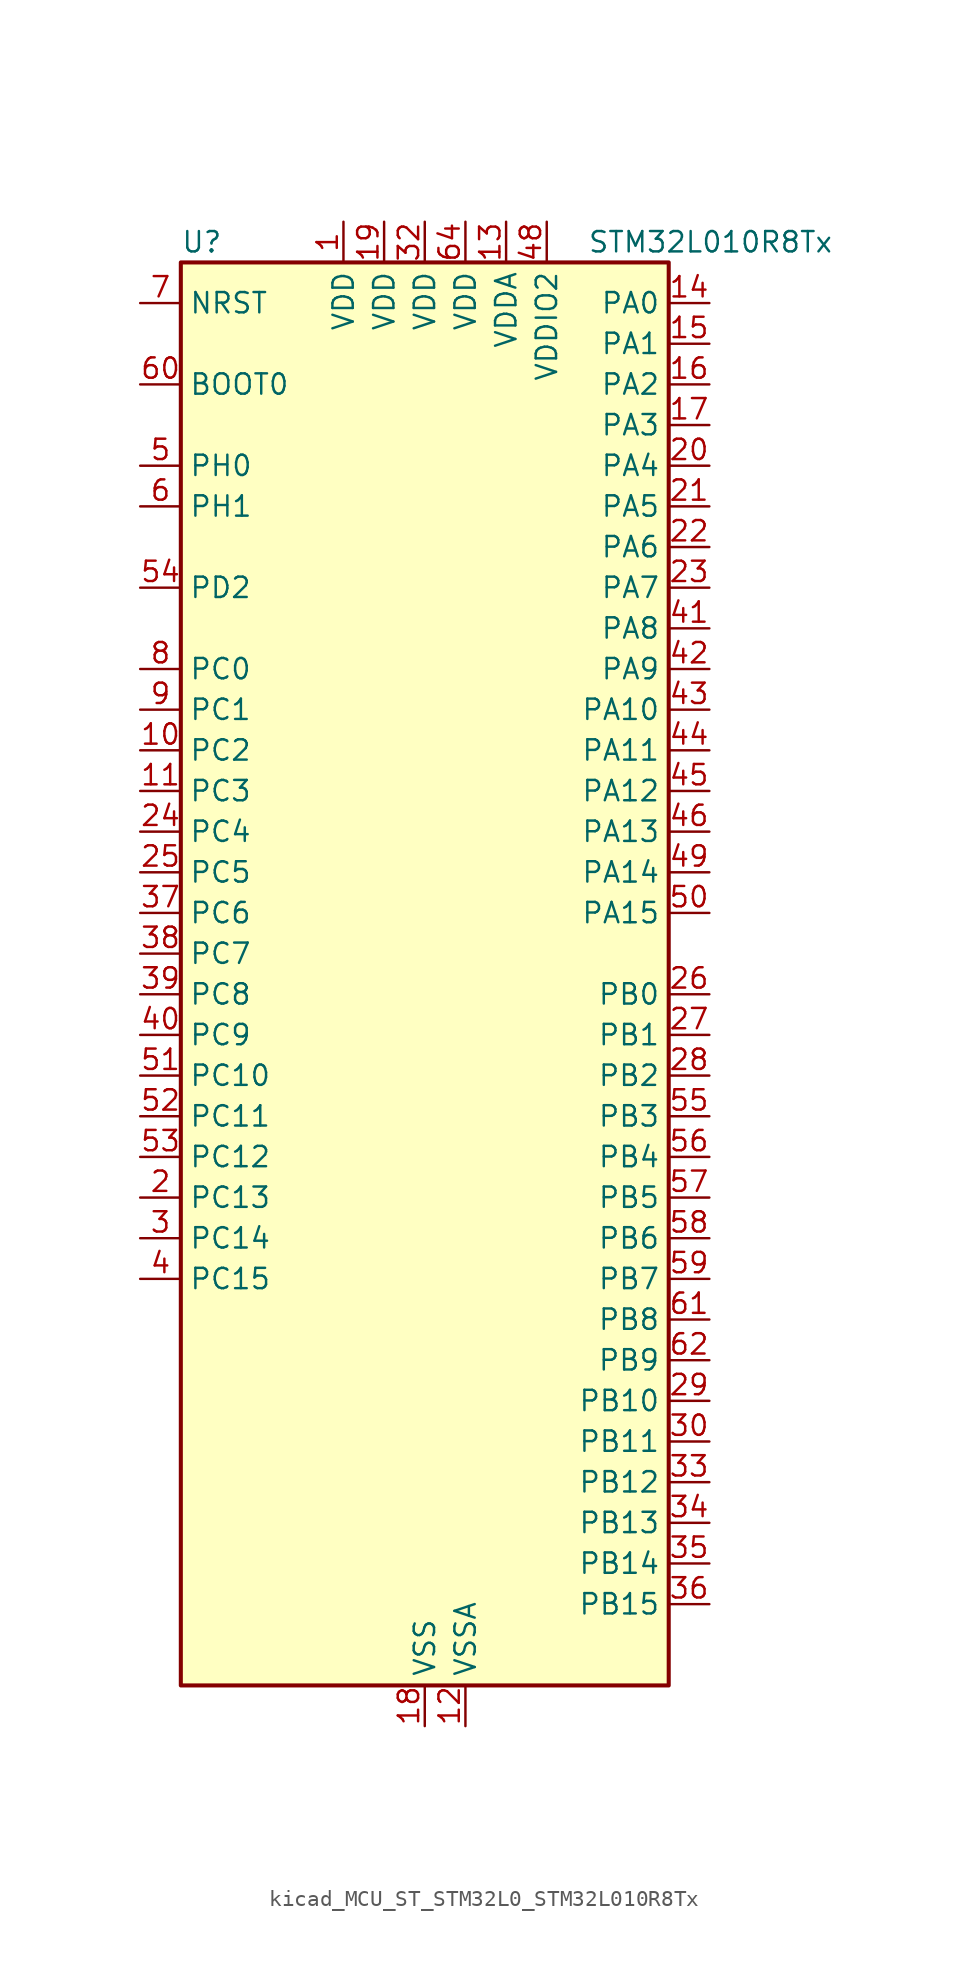
<source format=kicad_sym>
(kicad_symbol_lib
  (version 20220914)
  (generator kicad_symbol_editor)
  (symbol "kicad_MCU_ST_STM32L0_STM32L010R8Tx"
    (property "Reference" "U"
      (at -15.24 46.99 0)
      (effects (font (size 1.27 1.27)) (justify left)))
    (property "Value" "STM32L010R8Tx"
      (at 10.16 46.99 0)
      (effects (font (size 1.27 1.27)) (justify left)))
    (property "ki_locked" ""
      (at 0 0 0)
      (effects (font (size 1.27 1.27))))
    (symbol "kicad_MCU_ST_STM32L0_STM32L010R8Tx_0_1"
      (rectangle (start -15.24 -43.18) (end 15.24 45.72) (stroke (width 0.254) (type default)) (fill (type background))))
    (symbol "kicad_MCU_ST_STM32L0_STM32L010R8Tx_1_1"
      (pin power_in line (at -5.08 48.26 270) (length 2.54) (name "VDD" (effects (font (size 1.27 1.27)))) (number "1" (effects (font (size 1.27 1.27)))))
      (pin bidirectional line (at -17.78 15.24 0) (length 2.54) (name "PC2" (effects (font (size 1.27 1.27)))) (number "10" (effects (font (size 1.27 1.27)))) (alternate "ADC_IN12" bidirectional line) (alternate "LPTIM1_IN2" bidirectional line))
      (pin bidirectional line (at -17.78 12.7 0) (length 2.54) (name "PC3" (effects (font (size 1.27 1.27)))) (number "11" (effects (font (size 1.27 1.27)))) (alternate "ADC_IN13" bidirectional line) (alternate "LPTIM1_ETR" bidirectional line))
      (pin power_in line (at 2.54 -45.72 90) (length 2.54) (name "VSSA" (effects (font (size 1.27 1.27)))) (number "12" (effects (font (size 1.27 1.27)))))
      (pin power_in line (at 5.08 48.26 270) (length 2.54) (name "VDDA" (effects (font (size 1.27 1.27)))) (number "13" (effects (font (size 1.27 1.27)))))
      (pin bidirectional line (at 17.78 43.18 180) (length 2.54) (name "PA0" (effects (font (size 1.27 1.27)))) (number "14" (effects (font (size 1.27 1.27)))) (alternate "ADC_IN0" bidirectional line) (alternate "RTC_TAMP2" bidirectional line) (alternate "SYS_WKUP1" bidirectional line) (alternate "TIM2_CH1" bidirectional line) (alternate "TIM2_ETR" bidirectional line) (alternate "USART2_CTS" bidirectional line))
      (pin bidirectional line (at 17.78 40.64 180) (length 2.54) (name "PA1" (effects (font (size 1.27 1.27)))) (number "15" (effects (font (size 1.27 1.27)))) (alternate "ADC_IN1" bidirectional line) (alternate "TIM21_ETR" bidirectional line) (alternate "TIM2_CH2" bidirectional line) (alternate "USART2_DE" bidirectional line) (alternate "USART2_RTS" bidirectional line))
      (pin bidirectional line (at 17.78 38.1 180) (length 2.54) (name "PA2" (effects (font (size 1.27 1.27)))) (number "16" (effects (font (size 1.27 1.27)))) (alternate "ADC_IN2" bidirectional line) (alternate "TIM21_CH1" bidirectional line) (alternate "TIM2_CH3" bidirectional line) (alternate "USART2_TX" bidirectional line))
      (pin bidirectional line (at 17.78 35.56 180) (length 2.54) (name "PA3" (effects (font (size 1.27 1.27)))) (number "17" (effects (font (size 1.27 1.27)))) (alternate "ADC_IN3" bidirectional line) (alternate "TIM21_CH2" bidirectional line) (alternate "TIM2_CH4" bidirectional line) (alternate "USART2_RX" bidirectional line))
      (pin power_in line (at 0 -45.72 90) (length 2.54) (name "VSS" (effects (font (size 1.27 1.27)))) (number "18" (effects (font (size 1.27 1.27)))))
      (pin power_in line (at -2.54 48.26 270) (length 2.54) (name "VDD" (effects (font (size 1.27 1.27)))) (number "19" (effects (font (size 1.27 1.27)))))
      (pin bidirectional line (at -17.78 -12.7 0) (length 2.54) (name "PC13" (effects (font (size 1.27 1.27)))) (number "2" (effects (font (size 1.27 1.27)))) (alternate "RTC_OUT_ALARM" bidirectional line) (alternate "RTC_OUT_CALIB" bidirectional line) (alternate "RTC_TAMP1" bidirectional line) (alternate "RTC_TS" bidirectional line) (alternate "SYS_WKUP2" bidirectional line))
      (pin bidirectional line (at 17.78 33.02 180) (length 2.54) (name "PA4" (effects (font (size 1.27 1.27)))) (number "20" (effects (font (size 1.27 1.27)))) (alternate "ADC_IN4" bidirectional line) (alternate "SPI1_NSS" bidirectional line) (alternate "USART2_CK" bidirectional line))
      (pin bidirectional line (at 17.78 30.48 180) (length 2.54) (name "PA5" (effects (font (size 1.27 1.27)))) (number "21" (effects (font (size 1.27 1.27)))) (alternate "ADC_IN5" bidirectional line) (alternate "SPI1_SCK" bidirectional line) (alternate "TIM2_CH1" bidirectional line) (alternate "TIM2_ETR" bidirectional line))
      (pin bidirectional line (at 17.78 27.94 180) (length 2.54) (name "PA6" (effects (font (size 1.27 1.27)))) (number "22" (effects (font (size 1.27 1.27)))) (alternate "ADC_IN6" bidirectional line) (alternate "LPUART1_CTS" bidirectional line) (alternate "SPI1_MISO" bidirectional line))
      (pin bidirectional line (at 17.78 25.4 180) (length 2.54) (name "PA7" (effects (font (size 1.27 1.27)))) (number "23" (effects (font (size 1.27 1.27)))) (alternate "ADC_IN7" bidirectional line) (alternate "SPI1_MOSI" bidirectional line))
      (pin bidirectional line (at -17.78 10.16 0) (length 2.54) (name "PC4" (effects (font (size 1.27 1.27)))) (number "24" (effects (font (size 1.27 1.27)))) (alternate "ADC_IN14" bidirectional line) (alternate "LPUART1_TX" bidirectional line))
      (pin bidirectional line (at -17.78 7.62 0) (length 2.54) (name "PC5" (effects (font (size 1.27 1.27)))) (number "25" (effects (font (size 1.27 1.27)))) (alternate "ADC_IN15" bidirectional line) (alternate "LPUART1_RX" bidirectional line))
      (pin bidirectional line (at 17.78 0 180) (length 2.54) (name "PB0" (effects (font (size 1.27 1.27)))) (number "26" (effects (font (size 1.27 1.27)))) (alternate "ADC_IN8" bidirectional line) (alternate "SYS_VREF_OUT_PB0" bidirectional line))
      (pin bidirectional line (at 17.78 -2.54 180) (length 2.54) (name "PB1" (effects (font (size 1.27 1.27)))) (number "27" (effects (font (size 1.27 1.27)))) (alternate "ADC_IN9" bidirectional line) (alternate "LPUART1_DE" bidirectional line) (alternate "LPUART1_RTS" bidirectional line) (alternate "SYS_VREF_OUT_PB1" bidirectional line))
      (pin bidirectional line (at 17.78 -5.08 180) (length 2.54) (name "PB2" (effects (font (size 1.27 1.27)))) (number "28" (effects (font (size 1.27 1.27)))) (alternate "LPTIM1_OUT" bidirectional line))
      (pin bidirectional line (at 17.78 -25.4 180) (length 2.54) (name "PB10" (effects (font (size 1.27 1.27)))) (number "29" (effects (font (size 1.27 1.27)))) (alternate "LPUART1_TX" bidirectional line) (alternate "TIM2_CH3" bidirectional line))
      (pin bidirectional line (at -17.78 -15.24 0) (length 2.54) (name "PC14" (effects (font (size 1.27 1.27)))) (number "3" (effects (font (size 1.27 1.27)))) (alternate "RCC_OSC32_IN" bidirectional line))
      (pin bidirectional line (at 17.78 -27.94 180) (length 2.54) (name "PB11" (effects (font (size 1.27 1.27)))) (number "30" (effects (font (size 1.27 1.27)))) (alternate "ADC_EXTI11" bidirectional line) (alternate "LPUART1_RX" bidirectional line) (alternate "TIM2_CH4" bidirectional line))
      (pin passive line (at 0 -45.72 90) (length 2.54) hide (name "VSS" (effects (font (size 1.27 1.27)))) (number "31" (effects (font (size 1.27 1.27)))))
      (pin power_in line (at 0 48.26 270) (length 2.54) (name "VDD" (effects (font (size 1.27 1.27)))) (number "32" (effects (font (size 1.27 1.27)))))
      (pin bidirectional line (at 17.78 -30.48 180) (length 2.54) (name "PB12" (effects (font (size 1.27 1.27)))) (number "33" (effects (font (size 1.27 1.27)))) (alternate "LPUART1_DE" bidirectional line) (alternate "LPUART1_RTS" bidirectional line))
      (pin bidirectional line (at 17.78 -33.02 180) (length 2.54) (name "PB13" (effects (font (size 1.27 1.27)))) (number "34" (effects (font (size 1.27 1.27)))) (alternate "LPUART1_CTS" bidirectional line) (alternate "TIM21_CH1" bidirectional line))
      (pin bidirectional line (at 17.78 -35.56 180) (length 2.54) (name "PB14" (effects (font (size 1.27 1.27)))) (number "35" (effects (font (size 1.27 1.27)))) (alternate "LPUART1_DE" bidirectional line) (alternate "LPUART1_RTS" bidirectional line) (alternate "RTC_OUT_ALARM" bidirectional line) (alternate "RTC_OUT_CALIB" bidirectional line) (alternate "TIM21_CH2" bidirectional line))
      (pin bidirectional line (at 17.78 -38.1 180) (length 2.54) (name "PB15" (effects (font (size 1.27 1.27)))) (number "36" (effects (font (size 1.27 1.27)))) (alternate "RTC_REFIN" bidirectional line))
      (pin bidirectional line (at -17.78 5.08 0) (length 2.54) (name "PC6" (effects (font (size 1.27 1.27)))) (number "37" (effects (font (size 1.27 1.27)))))
      (pin bidirectional line (at -17.78 2.54 0) (length 2.54) (name "PC7" (effects (font (size 1.27 1.27)))) (number "38" (effects (font (size 1.27 1.27)))))
      (pin bidirectional line (at -17.78 0 0) (length 2.54) (name "PC8" (effects (font (size 1.27 1.27)))) (number "39" (effects (font (size 1.27 1.27)))))
      (pin bidirectional line (at -17.78 -17.78 0) (length 2.54) (name "PC15" (effects (font (size 1.27 1.27)))) (number "4" (effects (font (size 1.27 1.27)))) (alternate "RCC_OSC32_OUT" bidirectional line))
      (pin bidirectional line (at -17.78 -2.54 0) (length 2.54) (name "PC9" (effects (font (size 1.27 1.27)))) (number "40" (effects (font (size 1.27 1.27)))) (alternate "TIM21_ETR" bidirectional line))
      (pin bidirectional line (at 17.78 22.86 180) (length 2.54) (name "PA8" (effects (font (size 1.27 1.27)))) (number "41" (effects (font (size 1.27 1.27)))) (alternate "RCC_MCO" bidirectional line))
      (pin bidirectional line (at 17.78 20.32 180) (length 2.54) (name "PA9" (effects (font (size 1.27 1.27)))) (number "42" (effects (font (size 1.27 1.27)))) (alternate "RCC_MCO" bidirectional line))
      (pin bidirectional line (at 17.78 17.78 180) (length 2.54) (name "PA10" (effects (font (size 1.27 1.27)))) (number "43" (effects (font (size 1.27 1.27)))))
      (pin bidirectional line (at 17.78 15.24 180) (length 2.54) (name "PA11" (effects (font (size 1.27 1.27)))) (number "44" (effects (font (size 1.27 1.27)))) (alternate "ADC_EXTI11" bidirectional line) (alternate "SPI1_MISO" bidirectional line))
      (pin bidirectional line (at 17.78 12.7 180) (length 2.54) (name "PA12" (effects (font (size 1.27 1.27)))) (number "45" (effects (font (size 1.27 1.27)))) (alternate "SPI1_MOSI" bidirectional line))
      (pin bidirectional line (at 17.78 10.16 180) (length 2.54) (name "PA13" (effects (font (size 1.27 1.27)))) (number "46" (effects (font (size 1.27 1.27)))) (alternate "SYS_SWDIO" bidirectional line))
      (pin passive line (at 0 -45.72 90) (length 2.54) hide (name "VSS" (effects (font (size 1.27 1.27)))) (number "47" (effects (font (size 1.27 1.27)))))
      (pin power_in line (at 7.62 48.26 270) (length 2.54) (name "VDDIO2" (effects (font (size 1.27 1.27)))) (number "48" (effects (font (size 1.27 1.27)))))
      (pin bidirectional line (at 17.78 7.62 180) (length 2.54) (name "PA14" (effects (font (size 1.27 1.27)))) (number "49" (effects (font (size 1.27 1.27)))) (alternate "SYS_SWCLK" bidirectional line) (alternate "USART2_TX" bidirectional line))
      (pin bidirectional line (at -17.78 33.02 0) (length 2.54) (name "PH0" (effects (font (size 1.27 1.27)))) (number "5" (effects (font (size 1.27 1.27)))) (alternate "RCC_OSC_IN" bidirectional line))
      (pin bidirectional line (at 17.78 5.08 180) (length 2.54) (name "PA15" (effects (font (size 1.27 1.27)))) (number "50" (effects (font (size 1.27 1.27)))) (alternate "SPI1_NSS" bidirectional line) (alternate "TIM2_CH1" bidirectional line) (alternate "TIM2_ETR" bidirectional line) (alternate "USART2_RX" bidirectional line))
      (pin bidirectional line (at -17.78 -5.08 0) (length 2.54) (name "PC10" (effects (font (size 1.27 1.27)))) (number "51" (effects (font (size 1.27 1.27)))) (alternate "LPUART1_TX" bidirectional line))
      (pin bidirectional line (at -17.78 -7.62 0) (length 2.54) (name "PC11" (effects (font (size 1.27 1.27)))) (number "52" (effects (font (size 1.27 1.27)))) (alternate "ADC_EXTI11" bidirectional line) (alternate "LPUART1_RX" bidirectional line))
      (pin bidirectional line (at -17.78 -10.16 0) (length 2.54) (name "PC12" (effects (font (size 1.27 1.27)))) (number "53" (effects (font (size 1.27 1.27)))))
      (pin bidirectional line (at -17.78 25.4 0) (length 2.54) (name "PD2" (effects (font (size 1.27 1.27)))) (number "54" (effects (font (size 1.27 1.27)))) (alternate "LPUART1_DE" bidirectional line) (alternate "LPUART1_RTS" bidirectional line))
      (pin bidirectional line (at 17.78 -7.62 180) (length 2.54) (name "PB3" (effects (font (size 1.27 1.27)))) (number "55" (effects (font (size 1.27 1.27)))) (alternate "SPI1_SCK" bidirectional line) (alternate "TIM2_CH2" bidirectional line))
      (pin bidirectional line (at 17.78 -10.16 180) (length 2.54) (name "PB4" (effects (font (size 1.27 1.27)))) (number "56" (effects (font (size 1.27 1.27)))) (alternate "SPI1_MISO" bidirectional line))
      (pin bidirectional line (at 17.78 -12.7 180) (length 2.54) (name "PB5" (effects (font (size 1.27 1.27)))) (number "57" (effects (font (size 1.27 1.27)))) (alternate "I2C1_SMBA" bidirectional line) (alternate "LPTIM1_IN1" bidirectional line) (alternate "SPI1_MOSI" bidirectional line))
      (pin bidirectional line (at 17.78 -15.24 180) (length 2.54) (name "PB6" (effects (font (size 1.27 1.27)))) (number "58" (effects (font (size 1.27 1.27)))) (alternate "I2C1_SCL" bidirectional line) (alternate "LPTIM1_ETR" bidirectional line))
      (pin bidirectional line (at 17.78 -17.78 180) (length 2.54) (name "PB7" (effects (font (size 1.27 1.27)))) (number "59" (effects (font (size 1.27 1.27)))) (alternate "I2C1_SDA" bidirectional line) (alternate "LPTIM1_IN2" bidirectional line) (alternate "SYS_PVD_IN" bidirectional line))
      (pin bidirectional line (at -17.78 30.48 0) (length 2.54) (name "PH1" (effects (font (size 1.27 1.27)))) (number "6" (effects (font (size 1.27 1.27)))) (alternate "RCC_OSC_OUT" bidirectional line))
      (pin input line (at -17.78 38.1 0) (length 2.54) (name "BOOT0" (effects (font (size 1.27 1.27)))) (number "60" (effects (font (size 1.27 1.27)))))
      (pin bidirectional line (at 17.78 -20.32 180) (length 2.54) (name "PB8" (effects (font (size 1.27 1.27)))) (number "61" (effects (font (size 1.27 1.27)))) (alternate "I2C1_SCL" bidirectional line))
      (pin bidirectional line (at 17.78 -22.86 180) (length 2.54) (name "PB9" (effects (font (size 1.27 1.27)))) (number "62" (effects (font (size 1.27 1.27)))) (alternate "I2C1_SDA" bidirectional line))
      (pin passive line (at 0 -45.72 90) (length 2.54) hide (name "VSS" (effects (font (size 1.27 1.27)))) (number "63" (effects (font (size 1.27 1.27)))))
      (pin power_in line (at 2.54 48.26 270) (length 2.54) (name "VDD" (effects (font (size 1.27 1.27)))) (number "64" (effects (font (size 1.27 1.27)))))
      (pin input line (at -17.78 43.18 0) (length 2.54) (name "NRST" (effects (font (size 1.27 1.27)))) (number "7" (effects (font (size 1.27 1.27)))))
      (pin bidirectional line (at -17.78 20.32 0) (length 2.54) (name "PC0" (effects (font (size 1.27 1.27)))) (number "8" (effects (font (size 1.27 1.27)))) (alternate "ADC_IN10" bidirectional line) (alternate "LPTIM1_IN1" bidirectional line))
      (pin bidirectional line (at -17.78 17.78 0) (length 2.54) (name "PC1" (effects (font (size 1.27 1.27)))) (number "9" (effects (font (size 1.27 1.27)))) (alternate "ADC_IN11" bidirectional line) (alternate "LPTIM1_OUT" bidirectional line)))))
</source>
